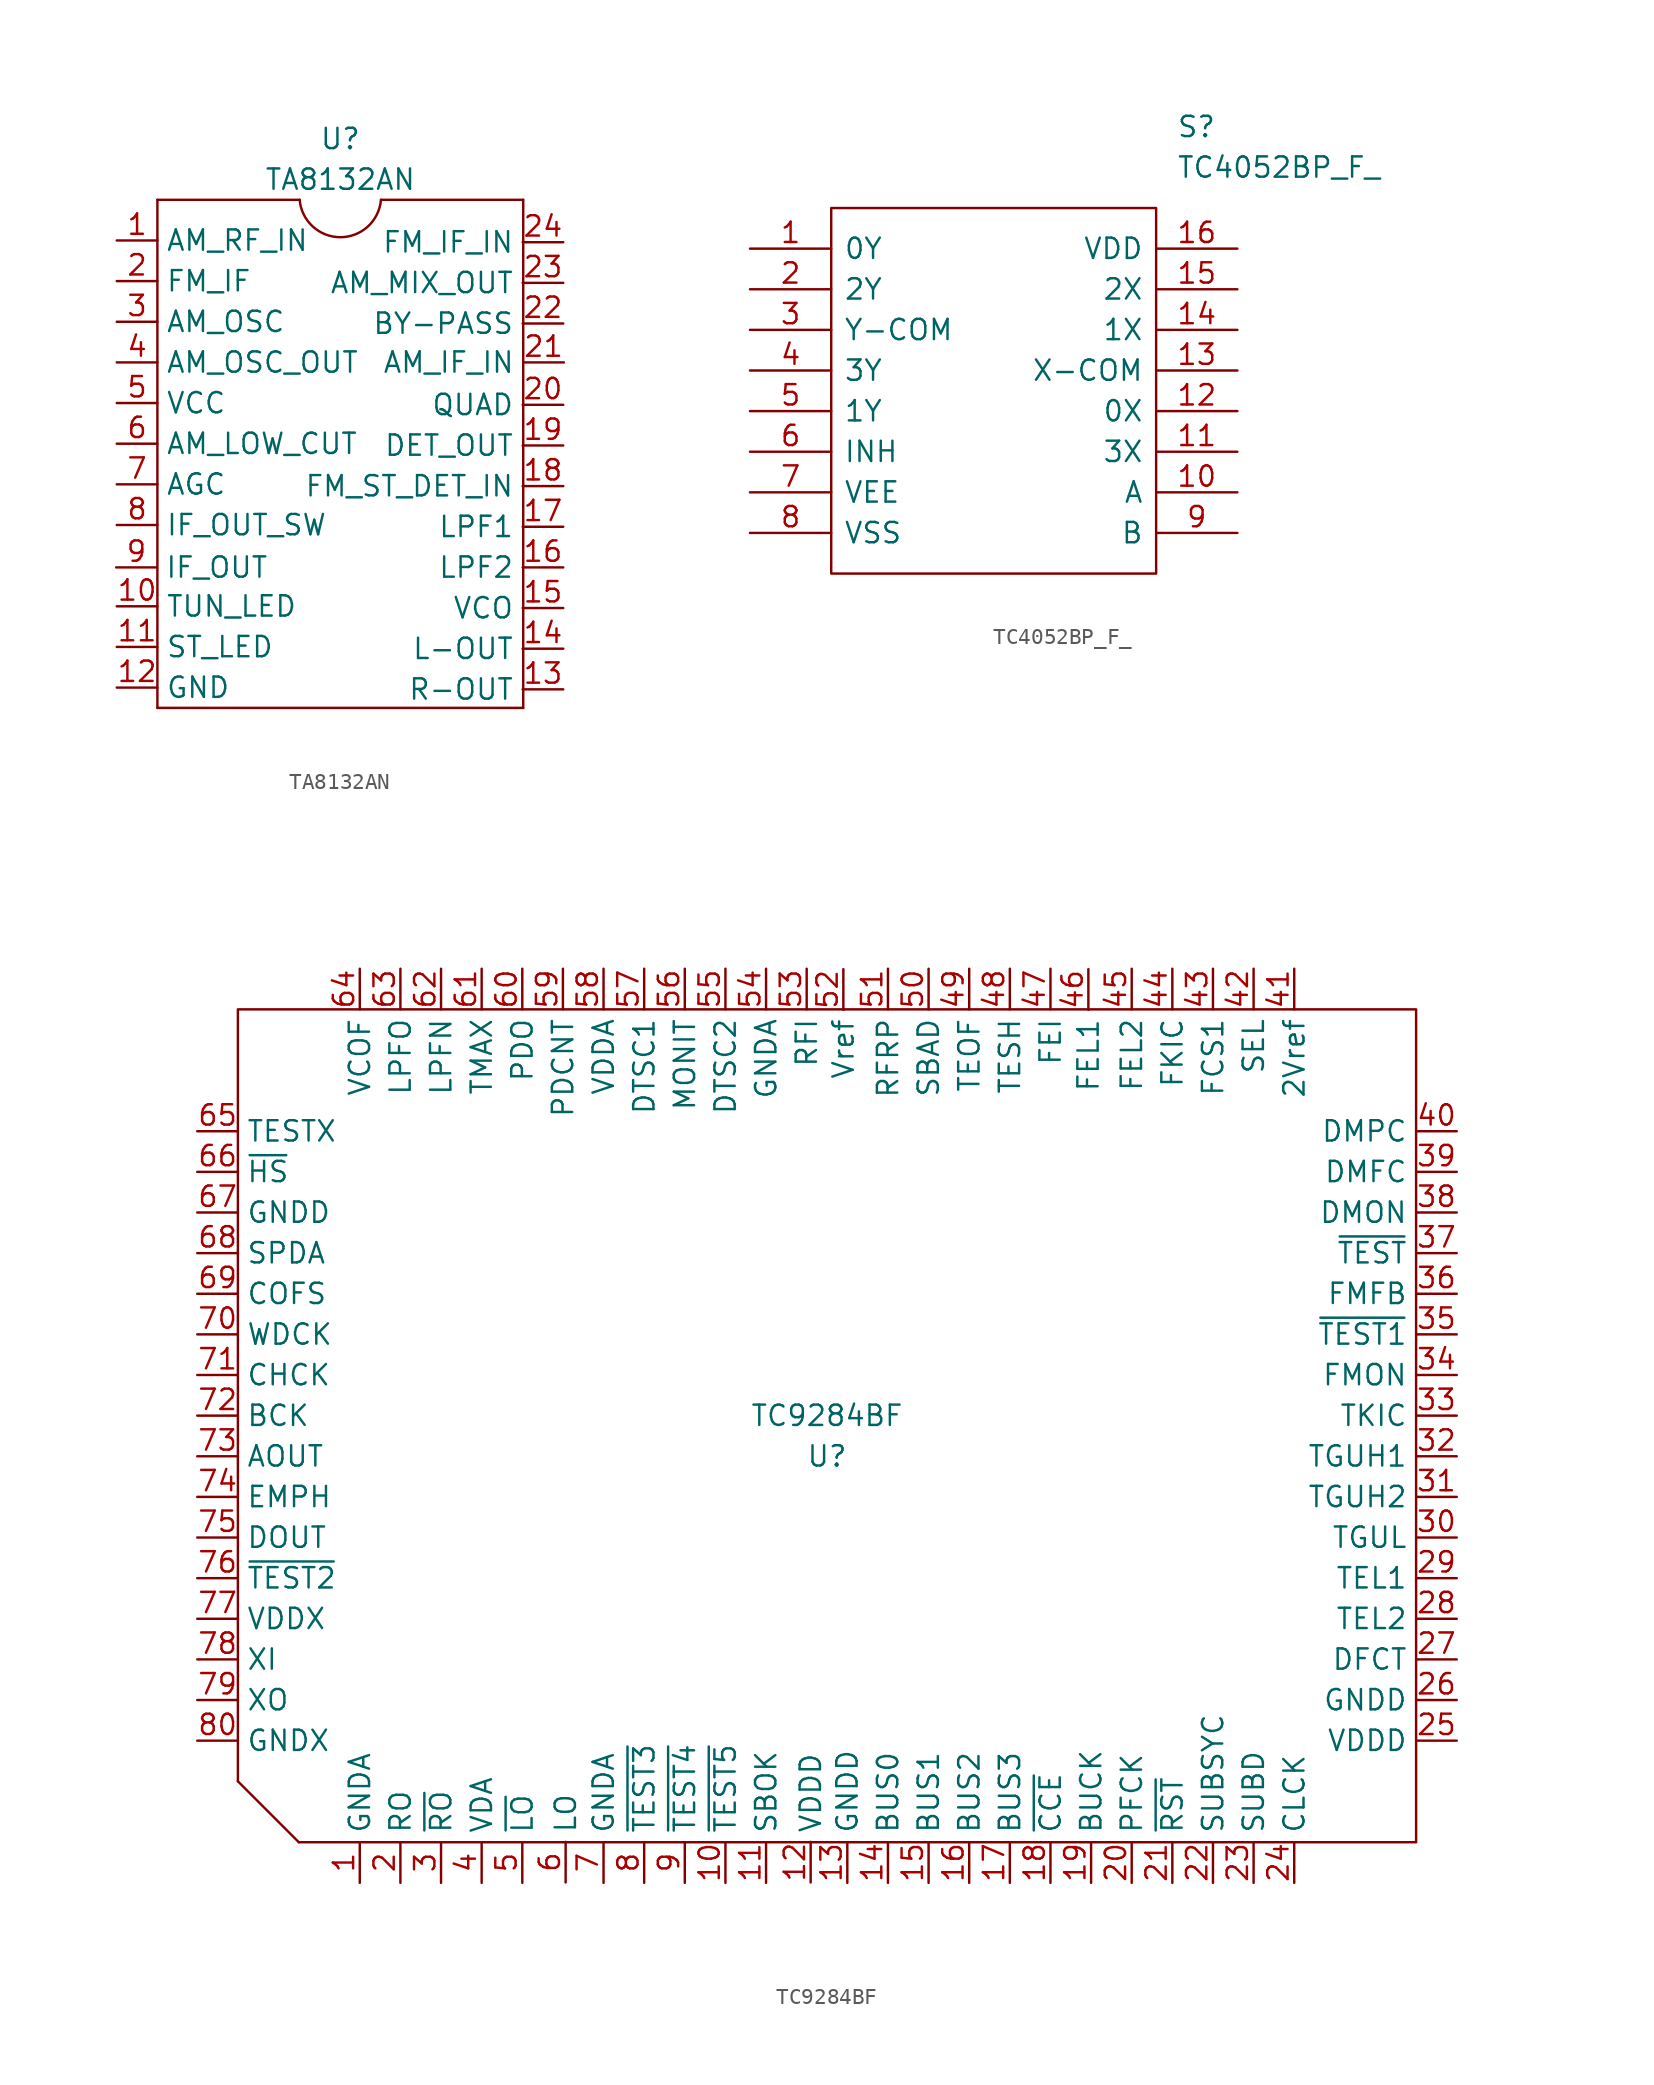
<source format=kicad_sym>
(kicad_symbol_lib
  (version 20211014)
  (generator kicad_symbol_editor)
  (symbol "TA8132AN"
    (property "Reference" "U"
      (at 0 20.32 0)
      (effects (font (size 1.27 1.27))))
    (property "Value" "TA8132AN"
      (at 0 17.78 0)
      (effects (font (size 1.27 1.27))))
    (symbol "TA8132AN_0_1"
      (rectangle (start -11.43 -15.24) (end 11.43 -15.24) (stroke (width 0) (type default) (color 0 0 0 0)) (fill (type none)))
      (rectangle (start -11.43 16.51) (end -11.43 -15.24) (stroke (width 0) (type default) (color 0 0 0 0)) (fill (type none)))
      (rectangle (start -2.54 16.51) (end -11.43 16.51) (stroke (width 0) (type default) (color 0 0 0 0)) (fill (type none)))
      (arc (start -2.54 16.51) (mid 0 14.1728) (end 2.54 16.51) (stroke (width 0) (type default) (color 0 0 0 0)) (fill (type none)))
      (rectangle (start 11.43 -15.24) (end 11.43 16.51) (stroke (width 0) (type default) (color 0 0 0 0)) (fill (type none)))
      (rectangle (start 11.43 16.51) (end 2.54 16.51) (stroke (width 0) (type default) (color 0 0 0 0)) (fill (type none))))
    (symbol "TA8132AN_1_1"
      (pin input line (at -13.97 13.97 0) (length 2.54) (name "AM_RF_IN" (effects (font (size 1.27 1.27)))) (number "1" (effects (font (size 1.27 1.27)))))
      (pin input line (at -13.97 -8.89 0) (length 2.54) (name "TUN_LED" (effects (font (size 1.27 1.27)))) (number "10" (effects (font (size 1.27 1.27)))))
      (pin input line (at -13.97 -11.43 0) (length 2.54) (name "ST_LED" (effects (font (size 1.27 1.27)))) (number "11" (effects (font (size 1.27 1.27)))))
      (pin input line (at -13.97 -13.97 0) (length 2.54) (name "GND" (effects (font (size 1.27 1.27)))) (number "12" (effects (font (size 1.27 1.27)))))
      (pin input line (at 13.931 -14.08 180) (length 2.54) (name "R-OUT" (effects (font (size 1.27 1.27)))) (number "13" (effects (font (size 1.27 1.27)))))
      (pin input line (at 13.931 -11.54 180) (length 2.54) (name "L-OUT" (effects (font (size 1.27 1.27)))) (number "14" (effects (font (size 1.27 1.27)))))
      (pin input line (at 13.931 -9 180) (length 2.54) (name "VCO" (effects (font (size 1.27 1.27)))) (number "15" (effects (font (size 1.27 1.27)))))
      (pin input line (at 13.931 -6.46 180) (length 2.54) (name "LPF2" (effects (font (size 1.27 1.27)))) (number "16" (effects (font (size 1.27 1.27)))))
      (pin input line (at 13.931 -3.92 180) (length 2.54) (name "LPF1" (effects (font (size 1.27 1.27)))) (number "17" (effects (font (size 1.27 1.27)))))
      (pin input line (at 13.931 -1.38 180) (length 2.54) (name "FM_ST_DET_IN" (effects (font (size 1.27 1.27)))) (number "18" (effects (font (size 1.27 1.27)))))
      (pin input line (at 13.931 1.16 180) (length 2.54) (name "DET_OUT" (effects (font (size 1.27 1.27)))) (number "19" (effects (font (size 1.27 1.27)))))
      (pin input line (at -13.97 11.43 0) (length 2.54) (name "FM_IF" (effects (font (size 1.27 1.27)))) (number "2" (effects (font (size 1.27 1.27)))))
      (pin input line (at 13.931 3.7 180) (length 2.54) (name "QUAD" (effects (font (size 1.27 1.27)))) (number "20" (effects (font (size 1.27 1.27)))))
      (pin input line (at 13.97 6.35 180) (length 2.54) (name "AM_IF_IN" (effects (font (size 1.27 1.27)))) (number "21" (effects (font (size 1.27 1.27)))))
      (pin input line (at 13.931 8.78 180) (length 2.54) (name "BY-PASS" (effects (font (size 1.27 1.27)))) (number "22" (effects (font (size 1.27 1.27)))))
      (pin input line (at 13.931 11.32 180) (length 2.54) (name "AM_MIX_OUT" (effects (font (size 1.27 1.27)))) (number "23" (effects (font (size 1.27 1.27)))))
      (pin input line (at 13.931 13.86 180) (length 2.54) (name "FM_IF_IN" (effects (font (size 1.27 1.27)))) (number "24" (effects (font (size 1.27 1.27)))))
      (pin input line (at -13.97 8.89 0) (length 2.54) (name "AM_OSC" (effects (font (size 1.27 1.27)))) (number "3" (effects (font (size 1.27 1.27)))))
      (pin input line (at -13.97 6.35 0) (length 2.54) (name "AM_OSC_OUT" (effects (font (size 1.27 1.27)))) (number "4" (effects (font (size 1.27 1.27)))))
      (pin input line (at -13.97 3.81 0) (length 2.54) (name "VCC" (effects (font (size 1.27 1.27)))) (number "5" (effects (font (size 1.27 1.27)))))
      (pin input line (at -13.97 1.27 0) (length 2.54) (name "AM_LOW_CUT" (effects (font (size 1.27 1.27)))) (number "6" (effects (font (size 1.27 1.27)))))
      (pin input line (at -13.97 -1.27 0) (length 2.54) (name "AGC" (effects (font (size 1.27 1.27)))) (number "7" (effects (font (size 1.27 1.27)))))
      (pin input line (at -13.97 -3.81 0) (length 2.54) (name "IF_OUT_SW" (effects (font (size 1.27 1.27)))) (number "8" (effects (font (size 1.27 1.27)))))
      (pin input line (at -14.009 -6.46 0) (length 2.54) (name "IF_OUT" (effects (font (size 1.27 1.27)))) (number "9" (effects (font (size 1.27 1.27)))))))
  (symbol "TC4052BP_F_"
    (pin_names
      (offset 0.762))
    (property "Reference" "S"
      (at 26.67 7.62 0)
      (effects (font (size 1.27 1.27)) (justify left)))
    (property "Value" "TC4052BP_F_"
      (at 26.67 5.08 0)
      (effects (font (size 1.27 1.27)) (justify left)))
    (symbol "TC4052BP_F__0_0"
      (pin passive line (at 0 0 0) (length 5.08) (name "0Y" (effects (font (size 1.27 1.27)))) (number "1" (effects (font (size 1.27 1.27)))))
      (pin passive line (at 30.48 -15.24 180) (length 5.08) (name "A" (effects (font (size 1.27 1.27)))) (number "10" (effects (font (size 1.27 1.27)))))
      (pin passive line (at 30.48 -12.7 180) (length 5.08) (name "3X" (effects (font (size 1.27 1.27)))) (number "11" (effects (font (size 1.27 1.27)))))
      (pin passive line (at 30.48 -10.16 180) (length 5.08) (name "0X" (effects (font (size 1.27 1.27)))) (number "12" (effects (font (size 1.27 1.27)))))
      (pin passive line (at 30.48 -7.62 180) (length 5.08) (name "X-COM" (effects (font (size 1.27 1.27)))) (number "13" (effects (font (size 1.27 1.27)))))
      (pin passive line (at 30.48 -5.08 180) (length 5.08) (name "1X" (effects (font (size 1.27 1.27)))) (number "14" (effects (font (size 1.27 1.27)))))
      (pin passive line (at 30.48 -2.54 180) (length 5.08) (name "2X" (effects (font (size 1.27 1.27)))) (number "15" (effects (font (size 1.27 1.27)))))
      (pin passive line (at 30.48 0 180) (length 5.08) (name "VDD" (effects (font (size 1.27 1.27)))) (number "16" (effects (font (size 1.27 1.27)))))
      (pin passive line (at 0 -2.54 0) (length 5.08) (name "2Y" (effects (font (size 1.27 1.27)))) (number "2" (effects (font (size 1.27 1.27)))))
      (pin passive line (at 0 -5.08 0) (length 5.08) (name "Y-COM" (effects (font (size 1.27 1.27)))) (number "3" (effects (font (size 1.27 1.27)))))
      (pin passive line (at 0 -7.62 0) (length 5.08) (name "3Y" (effects (font (size 1.27 1.27)))) (number "4" (effects (font (size 1.27 1.27)))))
      (pin passive line (at 0 -10.16 0) (length 5.08) (name "1Y" (effects (font (size 1.27 1.27)))) (number "5" (effects (font (size 1.27 1.27)))))
      (pin passive line (at 0 -12.7 0) (length 5.08) (name "INH" (effects (font (size 1.27 1.27)))) (number "6" (effects (font (size 1.27 1.27)))))
      (pin passive line (at 0 -15.24 0) (length 5.08) (name "VEE" (effects (font (size 1.27 1.27)))) (number "7" (effects (font (size 1.27 1.27)))))
      (pin passive line (at 0 -17.78 0) (length 5.08) (name "VSS" (effects (font (size 1.27 1.27)))) (number "8" (effects (font (size 1.27 1.27)))))
      (pin passive line (at 30.48 -17.78 180) (length 5.08) (name "B" (effects (font (size 1.27 1.27)))) (number "9" (effects (font (size 1.27 1.27))))))
    (symbol "TC4052BP_F__0_1"
      (polyline (pts (xy 5.08 2.54) (xy 25.4 2.54) (xy 25.4 -20.32) (xy 5.08 -20.32) (xy 5.08 2.54)) (stroke (width 0.152) (type default) (color 0 0 0 0)) (fill (type none)))))
  (symbol "TC9284BF"
    (property "Reference" "U"
      (at 0 -1.27 0)
      (effects (font (size 1.27 1.27))))
    (property "Value" "TC9284BF"
      (at 0 1.27 0)
      (effects (font (size 1.27 1.27))))
    (symbol "TC9284BF_0_1"
      (polyline (pts (xy -36.83 -21.59) (xy -33.02 -25.4)) (stroke (width 0) (type default) (color 0 0 0 0)) (fill (type none)))
      (polyline (pts (xy -36.83 -21.59) (xy -36.83 26.67) (xy 36.83 26.67) (xy 36.83 -25.4) (xy -33.02 -25.4)) (stroke (width 0) (type default) (color 0 0 0 0)) (fill (type none))))
    (symbol "TC9284BF_1_1"
      (pin input line (at -29.21 -27.94 90) (length 2.54) (name "GNDA" (effects (font (size 1.27 1.27)))) (number "1" (effects (font (size 1.27 1.27)))))
      (pin input line (at -6.35 -27.94 90) (length 2.54) (name "~{TEST5}" (effects (font (size 1.27 1.27)))) (number "10" (effects (font (size 1.27 1.27)))))
      (pin input line (at -3.81 -27.94 90) (length 2.54) (name "SBOK" (effects (font (size 1.27 1.27)))) (number "11" (effects (font (size 1.27 1.27)))))
      (pin input line (at -1.022 -27.914 90) (length 2.54) (name "VDDD" (effects (font (size 1.27 1.27)))) (number "12" (effects (font (size 1.27 1.27)))))
      (pin input line (at 1.27 -27.94 90) (length 2.54) (name "GNDD" (effects (font (size 1.27 1.27)))) (number "13" (effects (font (size 1.27 1.27)))))
      (pin input line (at 3.81 -27.94 90) (length 2.54) (name "BUS0" (effects (font (size 1.27 1.27)))) (number "14" (effects (font (size 1.27 1.27)))))
      (pin input line (at 6.35 -27.94 90) (length 2.54) (name "BUS1" (effects (font (size 1.27 1.27)))) (number "15" (effects (font (size 1.27 1.27)))))
      (pin input line (at 8.89 -27.94 90) (length 2.54) (name "BUS2" (effects (font (size 1.27 1.27)))) (number "16" (effects (font (size 1.27 1.27)))))
      (pin input line (at 11.43 -27.94 90) (length 2.54) (name "BUS3" (effects (font (size 1.27 1.27)))) (number "17" (effects (font (size 1.27 1.27)))))
      (pin input line (at 13.97 -27.94 90) (length 2.54) (name "~{CCE}" (effects (font (size 1.27 1.27)))) (number "18" (effects (font (size 1.27 1.27)))))
      (pin input line (at 16.51 -27.94 90) (length 2.54) (name "BUCK" (effects (font (size 1.27 1.27)))) (number "19" (effects (font (size 1.27 1.27)))))
      (pin input line (at -26.67 -27.94 90) (length 2.54) (name "RO" (effects (font (size 1.27 1.27)))) (number "2" (effects (font (size 1.27 1.27)))))
      (pin input line (at 19.05 -27.94 90) (length 2.54) (name "PFCK" (effects (font (size 1.27 1.27)))) (number "20" (effects (font (size 1.27 1.27)))))
      (pin input line (at 21.59 -27.94 90) (length 2.54) (name "~{RST}" (effects (font (size 1.27 1.27)))) (number "21" (effects (font (size 1.27 1.27)))))
      (pin input line (at 24.13 -27.94 90) (length 2.54) (name "SUBSYC" (effects (font (size 1.27 1.27)))) (number "22" (effects (font (size 1.27 1.27)))))
      (pin input line (at 26.67 -27.94 90) (length 2.54) (name "SUBD" (effects (font (size 1.27 1.27)))) (number "23" (effects (font (size 1.27 1.27)))))
      (pin input line (at 29.21 -27.94 90) (length 2.54) (name "CLCK" (effects (font (size 1.27 1.27)))) (number "24" (effects (font (size 1.27 1.27)))))
      (pin input line (at 39.37 -19.05 180) (length 2.54) (name "VDDD" (effects (font (size 1.27 1.27)))) (number "25" (effects (font (size 1.27 1.27)))))
      (pin input line (at 39.37 -16.51 180) (length 2.54) (name "GNDD" (effects (font (size 1.27 1.27)))) (number "26" (effects (font (size 1.27 1.27)))))
      (pin input line (at 39.37 -13.97 180) (length 2.54) (name "DFCT" (effects (font (size 1.27 1.27)))) (number "27" (effects (font (size 1.27 1.27)))))
      (pin input line (at 39.37 -11.43 180) (length 2.54) (name "TEL2" (effects (font (size 1.27 1.27)))) (number "28" (effects (font (size 1.27 1.27)))))
      (pin input line (at 39.37 -8.89 180) (length 2.54) (name "TEL1" (effects (font (size 1.27 1.27)))) (number "29" (effects (font (size 1.27 1.27)))))
      (pin input line (at -24.13 -27.94 90) (length 2.54) (name "~{RO}" (effects (font (size 1.27 1.27)))) (number "3" (effects (font (size 1.27 1.27)))))
      (pin input line (at 39.37 -6.35 180) (length 2.54) (name "TGUL" (effects (font (size 1.27 1.27)))) (number "30" (effects (font (size 1.27 1.27)))))
      (pin input line (at 39.37 -3.81 180) (length 2.54) (name "TGUH2" (effects (font (size 1.27 1.27)))) (number "31" (effects (font (size 1.27 1.27)))))
      (pin input line (at 39.37 -1.27 180) (length 2.54) (name "TGUH1" (effects (font (size 1.27 1.27)))) (number "32" (effects (font (size 1.27 1.27)))))
      (pin input line (at 39.37 1.27 180) (length 2.54) (name "TKIC" (effects (font (size 1.27 1.27)))) (number "33" (effects (font (size 1.27 1.27)))))
      (pin input line (at 39.37 3.81 180) (length 2.54) (name "FMON" (effects (font (size 1.27 1.27)))) (number "34" (effects (font (size 1.27 1.27)))))
      (pin input line (at 39.37 6.35 180) (length 2.54) (name "~{TEST1}" (effects (font (size 1.27 1.27)))) (number "35" (effects (font (size 1.27 1.27)))))
      (pin input line (at 39.37 8.89 180) (length 2.54) (name "FMFB" (effects (font (size 1.27 1.27)))) (number "36" (effects (font (size 1.27 1.27)))))
      (pin input line (at 39.37 11.43 180) (length 2.54) (name "~{TEST}" (effects (font (size 1.27 1.27)))) (number "37" (effects (font (size 1.27 1.27)))))
      (pin input line (at 39.37 13.97 180) (length 2.54) (name "DMON" (effects (font (size 1.27 1.27)))) (number "38" (effects (font (size 1.27 1.27)))))
      (pin input line (at 39.37 16.51 180) (length 2.54) (name "DMFC" (effects (font (size 1.27 1.27)))) (number "39" (effects (font (size 1.27 1.27)))))
      (pin input line (at -21.59 -27.94 90) (length 2.54) (name "VDA" (effects (font (size 1.27 1.27)))) (number "4" (effects (font (size 1.27 1.27)))))
      (pin input line (at 39.37 19.05 180) (length 2.54) (name "DMPC" (effects (font (size 1.27 1.27)))) (number "40" (effects (font (size 1.27 1.27)))))
      (pin input line (at 29.21 29.21 270) (length 2.54) (name "2Vref" (effects (font (size 1.27 1.27)))) (number "41" (effects (font (size 1.27 1.27)))))
      (pin input line (at 26.67 29.21 270) (length 2.54) (name "SEL" (effects (font (size 1.27 1.27)))) (number "42" (effects (font (size 1.27 1.27)))))
      (pin input line (at 24.13 29.21 270) (length 2.54) (name "FCS1" (effects (font (size 1.27 1.27)))) (number "43" (effects (font (size 1.27 1.27)))))
      (pin input line (at 21.59 29.21 270) (length 2.54) (name "FKIC" (effects (font (size 1.27 1.27)))) (number "44" (effects (font (size 1.27 1.27)))))
      (pin input line (at 19.05 29.21 270) (length 2.54) (name "FEL2" (effects (font (size 1.27 1.27)))) (number "45" (effects (font (size 1.27 1.27)))))
      (pin input line (at 16.34 29.184 270) (length 2.54) (name "FEL1" (effects (font (size 1.27 1.27)))) (number "46" (effects (font (size 1.27 1.27)))))
      (pin input line (at 13.97 29.21 270) (length 2.54) (name "FEI" (effects (font (size 1.27 1.27)))) (number "47" (effects (font (size 1.27 1.27)))))
      (pin input line (at 11.43 29.21 270) (length 2.54) (name "TESH" (effects (font (size 1.27 1.27)))) (number "48" (effects (font (size 1.27 1.27)))))
      (pin input line (at 8.89 29.21 270) (length 2.54) (name "TEOF" (effects (font (size 1.27 1.27)))) (number "49" (effects (font (size 1.27 1.27)))))
      (pin input line (at -19.05 -27.94 90) (length 2.54) (name "~{LO}" (effects (font (size 1.27 1.27)))) (number "5" (effects (font (size 1.27 1.27)))))
      (pin input line (at 6.35 29.21 270) (length 2.54) (name "SBAD" (effects (font (size 1.27 1.27)))) (number "50" (effects (font (size 1.27 1.27)))))
      (pin input line (at 3.81 29.21 270) (length 2.54) (name "RFRP" (effects (font (size 1.27 1.27)))) (number "51" (effects (font (size 1.27 1.27)))))
      (pin input line (at 1.022 29.184 270) (length 2.54) (name "Vref" (effects (font (size 1.27 1.27)))) (number "52" (effects (font (size 1.27 1.27)))))
      (pin input line (at -1.27 29.21 270) (length 2.54) (name "RFI" (effects (font (size 1.27 1.27)))) (number "53" (effects (font (size 1.27 1.27)))))
      (pin input line (at -3.81 29.21 270) (length 2.54) (name "GNDA" (effects (font (size 1.27 1.27)))) (number "54" (effects (font (size 1.27 1.27)))))
      (pin input line (at -6.35 29.21 270) (length 2.54) (name "DTSC2" (effects (font (size 1.27 1.27)))) (number "55" (effects (font (size 1.27 1.27)))))
      (pin input line (at -8.89 29.21 270) (length 2.54) (name "MONIT" (effects (font (size 1.27 1.27)))) (number "56" (effects (font (size 1.27 1.27)))))
      (pin input line (at -11.43 29.21 270) (length 2.54) (name "DTSC1" (effects (font (size 1.27 1.27)))) (number "57" (effects (font (size 1.27 1.27)))))
      (pin input line (at -13.97 29.21 270) (length 2.54) (name "VDDA" (effects (font (size 1.27 1.27)))) (number "58" (effects (font (size 1.27 1.27)))))
      (pin input line (at -16.51 29.21 270) (length 2.54) (name "PDCNT" (effects (font (size 1.27 1.27)))) (number "59" (effects (font (size 1.27 1.27)))))
      (pin input line (at -16.34 -27.914 90) (length 2.54) (name "LO" (effects (font (size 1.27 1.27)))) (number "6" (effects (font (size 1.27 1.27)))))
      (pin input line (at -19.05 29.21 270) (length 2.54) (name "PDO" (effects (font (size 1.27 1.27)))) (number "60" (effects (font (size 1.27 1.27)))))
      (pin input line (at -21.59 29.21 270) (length 2.54) (name "TMAX" (effects (font (size 1.27 1.27)))) (number "61" (effects (font (size 1.27 1.27)))))
      (pin input line (at -24.13 29.21 270) (length 2.54) (name "LPFN" (effects (font (size 1.27 1.27)))) (number "62" (effects (font (size 1.27 1.27)))))
      (pin input line (at -26.67 29.21 270) (length 2.54) (name "LPFO" (effects (font (size 1.27 1.27)))) (number "63" (effects (font (size 1.27 1.27)))))
      (pin input line (at -29.21 29.21 270) (length 2.54) (name "VCOF" (effects (font (size 1.27 1.27)))) (number "64" (effects (font (size 1.27 1.27)))))
      (pin input line (at -39.37 19.05 0) (length 2.54) (name "TESTX" (effects (font (size 1.27 1.27)))) (number "65" (effects (font (size 1.27 1.27)))))
      (pin input line (at -39.37 16.51 0) (length 2.54) (name "~{HS}" (effects (font (size 1.27 1.27)))) (number "66" (effects (font (size 1.27 1.27)))))
      (pin input line (at -39.37 13.97 0) (length 2.54) (name "GNDD" (effects (font (size 1.27 1.27)))) (number "67" (effects (font (size 1.27 1.27)))))
      (pin input line (at -39.37 11.43 0) (length 2.54) (name "SPDA" (effects (font (size 1.27 1.27)))) (number "68" (effects (font (size 1.27 1.27)))))
      (pin input line (at -39.37 8.89 0) (length 2.54) (name "COFS" (effects (font (size 1.27 1.27)))) (number "69" (effects (font (size 1.27 1.27)))))
      (pin input line (at -13.97 -27.94 90) (length 2.54) (name "GNDA" (effects (font (size 1.27 1.27)))) (number "7" (effects (font (size 1.27 1.27)))))
      (pin input line (at -39.37 6.35 0) (length 2.54) (name "WDCK" (effects (font (size 1.27 1.27)))) (number "70" (effects (font (size 1.27 1.27)))))
      (pin input line (at -39.37 3.81 0) (length 2.54) (name "CHCK" (effects (font (size 1.27 1.27)))) (number "71" (effects (font (size 1.27 1.27)))))
      (pin input line (at -39.37 1.27 0) (length 2.54) (name "BCK" (effects (font (size 1.27 1.27)))) (number "72" (effects (font (size 1.27 1.27)))))
      (pin input line (at -39.37 -1.27 0) (length 2.54) (name "AOUT" (effects (font (size 1.27 1.27)))) (number "73" (effects (font (size 1.27 1.27)))))
      (pin input line (at -39.37 -3.81 0) (length 2.54) (name "EMPH" (effects (font (size 1.27 1.27)))) (number "74" (effects (font (size 1.27 1.27)))))
      (pin input line (at -39.37 -6.35 0) (length 2.54) (name "DOUT" (effects (font (size 1.27 1.27)))) (number "75" (effects (font (size 1.27 1.27)))))
      (pin input line (at -39.37 -8.89 0) (length 2.54) (name "~{TEST2}" (effects (font (size 1.27 1.27)))) (number "76" (effects (font (size 1.27 1.27)))))
      (pin input line (at -39.37 -11.43 0) (length 2.54) (name "VDDX" (effects (font (size 1.27 1.27)))) (number "77" (effects (font (size 1.27 1.27)))))
      (pin input line (at -39.37 -13.97 0) (length 2.54) (name "XI" (effects (font (size 1.27 1.27)))) (number "78" (effects (font (size 1.27 1.27)))))
      (pin input line (at -39.37 -16.51 0) (length 2.54) (name "XO" (effects (font (size 1.27 1.27)))) (number "79" (effects (font (size 1.27 1.27)))))
      (pin input line (at -11.43 -27.94 90) (length 2.54) (name "~{TEST3}" (effects (font (size 1.27 1.27)))) (number "8" (effects (font (size 1.27 1.27)))))
      (pin input line (at -39.37 -19.05 0) (length 2.54) (name "GNDX" (effects (font (size 1.27 1.27)))) (number "80" (effects (font (size 1.27 1.27)))))
      (pin input line (at -8.89 -27.94 90) (length 2.54) (name "~{TEST4}" (effects (font (size 1.27 1.27)))) (number "9" (effects (font (size 1.27 1.27))))))))
</source>
